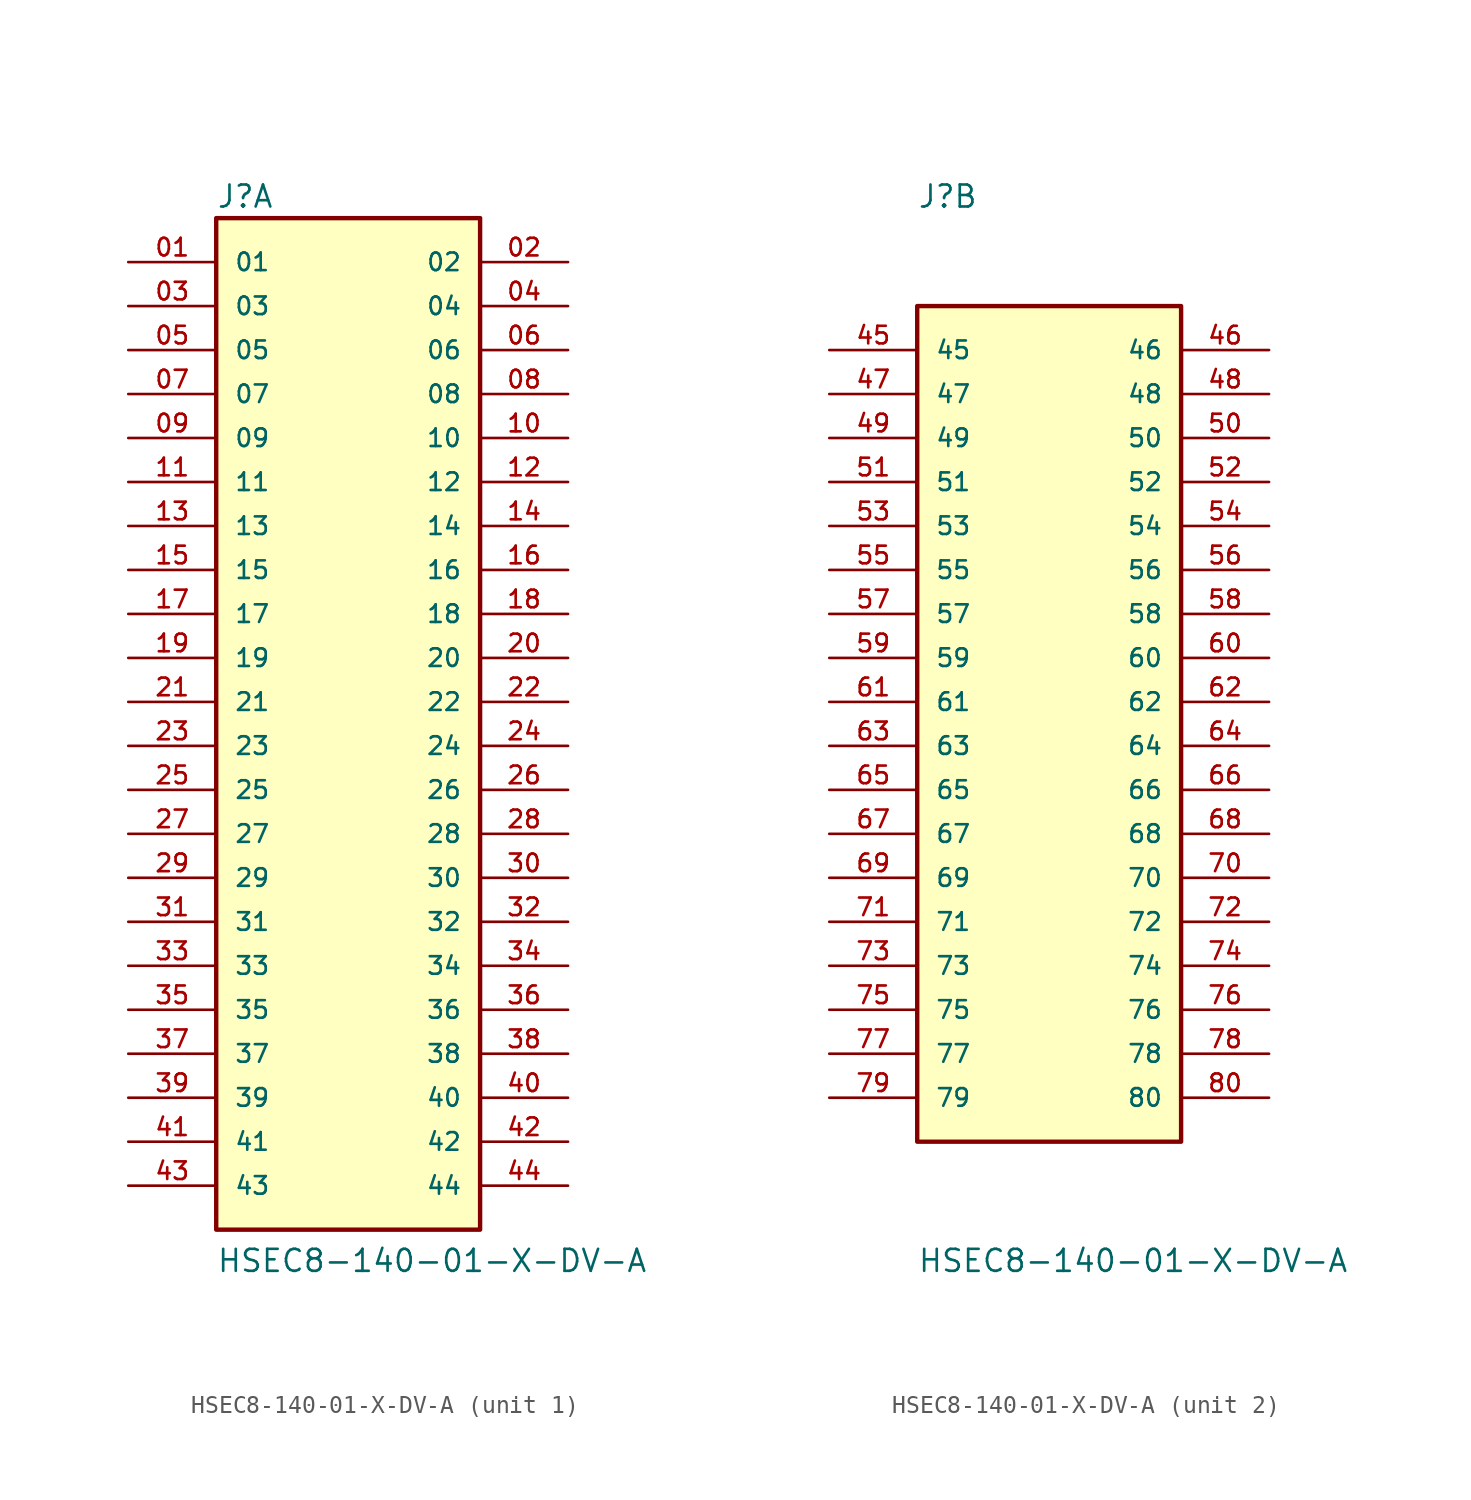
<source format=kicad_sym>
(kicad_symbol_lib
  (version 20211014)
  (generator kicad_symbol_editor)
  (symbol "HSEC8-140-01-X-DV-A"
    (pin_names
      (offset 1.016))
    (property "Reference" "J"
      (at -7.62 28.448 0)
      (effects (font (size 1.27 1.27)) (justify bottom left)))
    (property "Value" "HSEC8-140-01-X-DV-A"
      (at -7.62 -33.02 0)
      (effects (font (size 1.27 1.27)) (justify bottom left)))
    (symbol "HSEC8-140-01-X-DV-A_1_0"
      (rectangle (start -7.62 -30.48) (end 7.62 27.94) (stroke (width 0.254)) (fill (type background)))
      (pin passive line (at -12.7 25.4 0) (length 5.08) (name "01" (effects (font (size 1.016 1.016)))) (number "01" (effects (font (size 1.016 1.016)))))
      (pin passive line (at 12.7 25.4 180.0) (length 5.08) (name "02" (effects (font (size 1.016 1.016)))) (number "02" (effects (font (size 1.016 1.016)))))
      (pin passive line (at -12.7 22.86 0) (length 5.08) (name "03" (effects (font (size 1.016 1.016)))) (number "03" (effects (font (size 1.016 1.016)))))
      (pin passive line (at 12.7 22.86 180.0) (length 5.08) (name "04" (effects (font (size 1.016 1.016)))) (number "04" (effects (font (size 1.016 1.016)))))
      (pin passive line (at -12.7 20.32 0) (length 5.08) (name "05" (effects (font (size 1.016 1.016)))) (number "05" (effects (font (size 1.016 1.016)))))
      (pin passive line (at 12.7 20.32 180.0) (length 5.08) (name "06" (effects (font (size 1.016 1.016)))) (number "06" (effects (font (size 1.016 1.016)))))
      (pin passive line (at -12.7 17.78 0) (length 5.08) (name "07" (effects (font (size 1.016 1.016)))) (number "07" (effects (font (size 1.016 1.016)))))
      (pin passive line (at 12.7 17.78 180.0) (length 5.08) (name "08" (effects (font (size 1.016 1.016)))) (number "08" (effects (font (size 1.016 1.016)))))
      (pin passive line (at -12.7 15.24 0) (length 5.08) (name "09" (effects (font (size 1.016 1.016)))) (number "09" (effects (font (size 1.016 1.016)))))
      (pin passive line (at 12.7 15.24 180.0) (length 5.08) (name "10" (effects (font (size 1.016 1.016)))) (number "10" (effects (font (size 1.016 1.016)))))
      (pin passive line (at -12.7 12.7 0) (length 5.08) (name "11" (effects (font (size 1.016 1.016)))) (number "11" (effects (font (size 1.016 1.016)))))
      (pin passive line (at 12.7 12.7 180.0) (length 5.08) (name "12" (effects (font (size 1.016 1.016)))) (number "12" (effects (font (size 1.016 1.016)))))
      (pin passive line (at -12.7 10.16 0) (length 5.08) (name "13" (effects (font (size 1.016 1.016)))) (number "13" (effects (font (size 1.016 1.016)))))
      (pin passive line (at 12.7 10.16 180.0) (length 5.08) (name "14" (effects (font (size 1.016 1.016)))) (number "14" (effects (font (size 1.016 1.016)))))
      (pin passive line (at -12.7 7.62 0) (length 5.08) (name "15" (effects (font (size 1.016 1.016)))) (number "15" (effects (font (size 1.016 1.016)))))
      (pin passive line (at 12.7 7.62 180.0) (length 5.08) (name "16" (effects (font (size 1.016 1.016)))) (number "16" (effects (font (size 1.016 1.016)))))
      (pin passive line (at -12.7 5.08 0) (length 5.08) (name "17" (effects (font (size 1.016 1.016)))) (number "17" (effects (font (size 1.016 1.016)))))
      (pin passive line (at 12.7 5.08 180.0) (length 5.08) (name "18" (effects (font (size 1.016 1.016)))) (number "18" (effects (font (size 1.016 1.016)))))
      (pin passive line (at -12.7 2.54 0) (length 5.08) (name "19" (effects (font (size 1.016 1.016)))) (number "19" (effects (font (size 1.016 1.016)))))
      (pin passive line (at 12.7 2.54 180.0) (length 5.08) (name "20" (effects (font (size 1.016 1.016)))) (number "20" (effects (font (size 1.016 1.016)))))
      (pin passive line (at -12.7 0.0 0) (length 5.08) (name "21" (effects (font (size 1.016 1.016)))) (number "21" (effects (font (size 1.016 1.016)))))
      (pin passive line (at 12.7 0.0 180.0) (length 5.08) (name "22" (effects (font (size 1.016 1.016)))) (number "22" (effects (font (size 1.016 1.016)))))
      (pin passive line (at -12.7 -2.54 0) (length 5.08) (name "23" (effects (font (size 1.016 1.016)))) (number "23" (effects (font (size 1.016 1.016)))))
      (pin passive line (at 12.7 -2.54 180.0) (length 5.08) (name "24" (effects (font (size 1.016 1.016)))) (number "24" (effects (font (size 1.016 1.016)))))
      (pin passive line (at -12.7 -5.08 0) (length 5.08) (name "25" (effects (font (size 1.016 1.016)))) (number "25" (effects (font (size 1.016 1.016)))))
      (pin passive line (at 12.7 -5.08 180.0) (length 5.08) (name "26" (effects (font (size 1.016 1.016)))) (number "26" (effects (font (size 1.016 1.016)))))
      (pin passive line (at -12.7 -7.62 0) (length 5.08) (name "27" (effects (font (size 1.016 1.016)))) (number "27" (effects (font (size 1.016 1.016)))))
      (pin passive line (at 12.7 -7.62 180.0) (length 5.08) (name "28" (effects (font (size 1.016 1.016)))) (number "28" (effects (font (size 1.016 1.016)))))
      (pin passive line (at -12.7 -10.16 0) (length 5.08) (name "29" (effects (font (size 1.016 1.016)))) (number "29" (effects (font (size 1.016 1.016)))))
      (pin passive line (at 12.7 -10.16 180.0) (length 5.08) (name "30" (effects (font (size 1.016 1.016)))) (number "30" (effects (font (size 1.016 1.016)))))
      (pin passive line (at -12.7 -12.7 0) (length 5.08) (name "31" (effects (font (size 1.016 1.016)))) (number "31" (effects (font (size 1.016 1.016)))))
      (pin passive line (at 12.7 -12.7 180.0) (length 5.08) (name "32" (effects (font (size 1.016 1.016)))) (number "32" (effects (font (size 1.016 1.016)))))
      (pin passive line (at -12.7 -15.24 0) (length 5.08) (name "33" (effects (font (size 1.016 1.016)))) (number "33" (effects (font (size 1.016 1.016)))))
      (pin passive line (at 12.7 -15.24 180.0) (length 5.08) (name "34" (effects (font (size 1.016 1.016)))) (number "34" (effects (font (size 1.016 1.016)))))
      (pin passive line (at -12.7 -17.78 0) (length 5.08) (name "35" (effects (font (size 1.016 1.016)))) (number "35" (effects (font (size 1.016 1.016)))))
      (pin passive line (at 12.7 -17.78 180.0) (length 5.08) (name "36" (effects (font (size 1.016 1.016)))) (number "36" (effects (font (size 1.016 1.016)))))
      (pin passive line (at -12.7 -20.32 0) (length 5.08) (name "37" (effects (font (size 1.016 1.016)))) (number "37" (effects (font (size 1.016 1.016)))))
      (pin passive line (at 12.7 -20.32 180.0) (length 5.08) (name "38" (effects (font (size 1.016 1.016)))) (number "38" (effects (font (size 1.016 1.016)))))
      (pin passive line (at -12.7 -22.86 0) (length 5.08) (name "39" (effects (font (size 1.016 1.016)))) (number "39" (effects (font (size 1.016 1.016)))))
      (pin passive line (at 12.7 -22.86 180.0) (length 5.08) (name "40" (effects (font (size 1.016 1.016)))) (number "40" (effects (font (size 1.016 1.016)))))
      (pin passive line (at -12.7 -25.4 0) (length 5.08) (name "41" (effects (font (size 1.016 1.016)))) (number "41" (effects (font (size 1.016 1.016)))))
      (pin passive line (at 12.7 -25.4 180.0) (length 5.08) (name "42" (effects (font (size 1.016 1.016)))) (number "42" (effects (font (size 1.016 1.016)))))
      (pin passive line (at -12.7 -27.94 0) (length 5.08) (name "43" (effects (font (size 1.016 1.016)))) (number "43" (effects (font (size 1.016 1.016)))))
      (pin passive line (at 12.7 -27.94 180.0) (length 5.08) (name "44" (effects (font (size 1.016 1.016)))) (number "44" (effects (font (size 1.016 1.016))))))
    (symbol "HSEC8-140-01-X-DV-A_2_0"
      (rectangle (start -7.62 -25.4) (end 7.62 22.86) (stroke (width 0.254)) (fill (type background)))
      (pin passive line (at -12.7 20.32 0) (length 5.08) (name "45" (effects (font (size 1.016 1.016)))) (number "45" (effects (font (size 1.016 1.016)))))
      (pin passive line (at 12.7 20.32 180.0) (length 5.08) (name "46" (effects (font (size 1.016 1.016)))) (number "46" (effects (font (size 1.016 1.016)))))
      (pin passive line (at -12.7 17.78 0) (length 5.08) (name "47" (effects (font (size 1.016 1.016)))) (number "47" (effects (font (size 1.016 1.016)))))
      (pin passive line (at 12.7 17.78 180.0) (length 5.08) (name "48" (effects (font (size 1.016 1.016)))) (number "48" (effects (font (size 1.016 1.016)))))
      (pin passive line (at -12.7 15.24 0) (length 5.08) (name "49" (effects (font (size 1.016 1.016)))) (number "49" (effects (font (size 1.016 1.016)))))
      (pin passive line (at 12.7 15.24 180.0) (length 5.08) (name "50" (effects (font (size 1.016 1.016)))) (number "50" (effects (font (size 1.016 1.016)))))
      (pin passive line (at -12.7 12.7 0) (length 5.08) (name "51" (effects (font (size 1.016 1.016)))) (number "51" (effects (font (size 1.016 1.016)))))
      (pin passive line (at 12.7 12.7 180.0) (length 5.08) (name "52" (effects (font (size 1.016 1.016)))) (number "52" (effects (font (size 1.016 1.016)))))
      (pin passive line (at -12.7 10.16 0) (length 5.08) (name "53" (effects (font (size 1.016 1.016)))) (number "53" (effects (font (size 1.016 1.016)))))
      (pin passive line (at 12.7 10.16 180.0) (length 5.08) (name "54" (effects (font (size 1.016 1.016)))) (number "54" (effects (font (size 1.016 1.016)))))
      (pin passive line (at -12.7 7.62 0) (length 5.08) (name "55" (effects (font (size 1.016 1.016)))) (number "55" (effects (font (size 1.016 1.016)))))
      (pin passive line (at 12.7 7.62 180.0) (length 5.08) (name "56" (effects (font (size 1.016 1.016)))) (number "56" (effects (font (size 1.016 1.016)))))
      (pin passive line (at -12.7 5.08 0) (length 5.08) (name "57" (effects (font (size 1.016 1.016)))) (number "57" (effects (font (size 1.016 1.016)))))
      (pin passive line (at 12.7 5.08 180.0) (length 5.08) (name "58" (effects (font (size 1.016 1.016)))) (number "58" (effects (font (size 1.016 1.016)))))
      (pin passive line (at -12.7 2.54 0) (length 5.08) (name "59" (effects (font (size 1.016 1.016)))) (number "59" (effects (font (size 1.016 1.016)))))
      (pin passive line (at 12.7 2.54 180.0) (length 5.08) (name "60" (effects (font (size 1.016 1.016)))) (number "60" (effects (font (size 1.016 1.016)))))
      (pin passive line (at -12.7 0.0 0) (length 5.08) (name "61" (effects (font (size 1.016 1.016)))) (number "61" (effects (font (size 1.016 1.016)))))
      (pin passive line (at 12.7 0.0 180.0) (length 5.08) (name "62" (effects (font (size 1.016 1.016)))) (number "62" (effects (font (size 1.016 1.016)))))
      (pin passive line (at -12.7 -2.54 0) (length 5.08) (name "63" (effects (font (size 1.016 1.016)))) (number "63" (effects (font (size 1.016 1.016)))))
      (pin passive line (at 12.7 -2.54 180.0) (length 5.08) (name "64" (effects (font (size 1.016 1.016)))) (number "64" (effects (font (size 1.016 1.016)))))
      (pin passive line (at -12.7 -5.08 0) (length 5.08) (name "65" (effects (font (size 1.016 1.016)))) (number "65" (effects (font (size 1.016 1.016)))))
      (pin passive line (at 12.7 -5.08 180.0) (length 5.08) (name "66" (effects (font (size 1.016 1.016)))) (number "66" (effects (font (size 1.016 1.016)))))
      (pin passive line (at -12.7 -7.62 0) (length 5.08) (name "67" (effects (font (size 1.016 1.016)))) (number "67" (effects (font (size 1.016 1.016)))))
      (pin passive line (at 12.7 -7.62 180.0) (length 5.08) (name "68" (effects (font (size 1.016 1.016)))) (number "68" (effects (font (size 1.016 1.016)))))
      (pin passive line (at -12.7 -10.16 0) (length 5.08) (name "69" (effects (font (size 1.016 1.016)))) (number "69" (effects (font (size 1.016 1.016)))))
      (pin passive line (at 12.7 -10.16 180.0) (length 5.08) (name "70" (effects (font (size 1.016 1.016)))) (number "70" (effects (font (size 1.016 1.016)))))
      (pin passive line (at -12.7 -12.7 0) (length 5.08) (name "71" (effects (font (size 1.016 1.016)))) (number "71" (effects (font (size 1.016 1.016)))))
      (pin passive line (at 12.7 -12.7 180.0) (length 5.08) (name "72" (effects (font (size 1.016 1.016)))) (number "72" (effects (font (size 1.016 1.016)))))
      (pin passive line (at -12.7 -15.24 0) (length 5.08) (name "73" (effects (font (size 1.016 1.016)))) (number "73" (effects (font (size 1.016 1.016)))))
      (pin passive line (at 12.7 -15.24 180.0) (length 5.08) (name "74" (effects (font (size 1.016 1.016)))) (number "74" (effects (font (size 1.016 1.016)))))
      (pin passive line (at -12.7 -17.78 0) (length 5.08) (name "75" (effects (font (size 1.016 1.016)))) (number "75" (effects (font (size 1.016 1.016)))))
      (pin passive line (at 12.7 -17.78 180.0) (length 5.08) (name "76" (effects (font (size 1.016 1.016)))) (number "76" (effects (font (size 1.016 1.016)))))
      (pin passive line (at -12.7 -20.32 0) (length 5.08) (name "77" (effects (font (size 1.016 1.016)))) (number "77" (effects (font (size 1.016 1.016)))))
      (pin passive line (at 12.7 -20.32 180.0) (length 5.08) (name "78" (effects (font (size 1.016 1.016)))) (number "78" (effects (font (size 1.016 1.016)))))
      (pin passive line (at -12.7 -22.86 0) (length 5.08) (name "79" (effects (font (size 1.016 1.016)))) (number "79" (effects (font (size 1.016 1.016)))))
      (pin passive line (at 12.7 -22.86 180.0) (length 5.08) (name "80" (effects (font (size 1.016 1.016)))) (number "80" (effects (font (size 1.016 1.016))))))))
</source>
